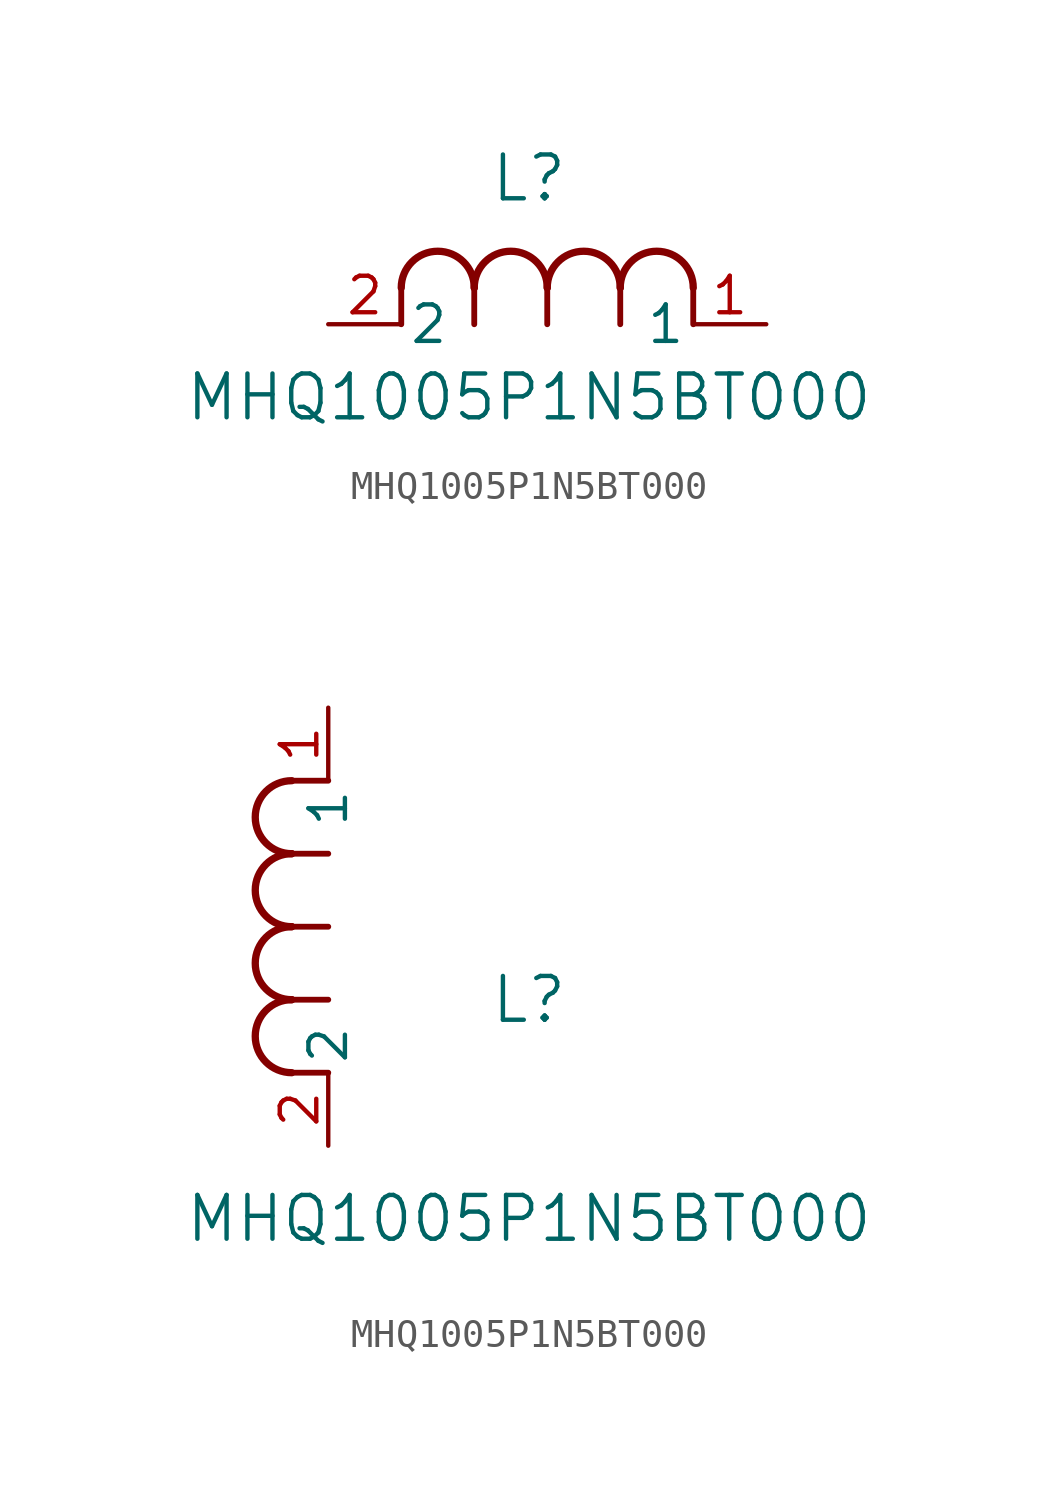
<source format=kicad_sym>
(kicad_symbol_lib
  (version 20211014)
  (generator kicad_symbol_editor)
  (symbol "MHQ1005P1N5BT000"
    (pin_names
      (offset 0.254))
    (property "Reference" "L"
      (at 6.985 5.08 0)
      (effects (font (size 1.524 1.524))))
    (property "Value" "MHQ1005P1N5BT000"
      (at 6.985 -2.54 0)
      (effects (font (size 1.524 1.524))))
    (symbol "MHQ1005P1N5BT000_1_1"
      (arc (start 7.62 1.27) (mid 6.35 2.54) (end 5.08 1.27) (stroke (width 0.254) (type default) (color 0 0 0 0)) (fill (type none)))
      (polyline (pts (xy 5.08 0) (xy 5.08 1.27)) (stroke (width 0.203) (type default) (color 0 0 0 0)) (fill (type none)))
      (polyline (pts (xy 7.62 0) (xy 7.62 1.27)) (stroke (width 0.203) (type default) (color 0 0 0 0)) (fill (type none)))
      (polyline (pts (xy 12.7 0) (xy 12.7 1.27)) (stroke (width 0.203) (type default) (color 0 0 0 0)) (fill (type none)))
      (arc (start 5.08 1.27) (mid 3.81 2.54) (end 2.54 1.27) (stroke (width 0.254) (type default) (color 0 0 0 0)) (fill (type none)))
      (arc (start 10.16 1.27) (mid 8.89 2.54) (end 7.62 1.27) (stroke (width 0.254) (type default) (color 0 0 0 0)) (fill (type none)))
      (arc (start 12.7 1.27) (mid 11.43 2.54) (end 10.16 1.27) (stroke (width 0.254) (type default) (color 0 0 0 0)) (fill (type none)))
      (polyline (pts (xy 2.54 0) (xy 2.54 1.27)) (stroke (width 0.203) (type default) (color 0 0 0 0)) (fill (type none)))
      (polyline (pts (xy 10.16 0) (xy 10.16 1.27)) (stroke (width 0.203) (type default) (color 0 0 0 0)) (fill (type none)))
      (pin unspecified line (at 0 0 0) (length 2.54) (name "2" (effects (font (size 1.27 1.27)))) (number "2" (effects (font (size 1.27 1.27)))))
      (pin unspecified line (at 15.24 0 180) (length 2.54) (name "1" (effects (font (size 1.27 1.27)))) (number "1" (effects (font (size 1.27 1.27))))))
    (symbol "MHQ1005P1N5BT000_1_2"
      (arc (start -1.27 7.62) (mid -2.54 6.35) (end -1.27 5.08) (stroke (width 0.254) (type default) (color 0 0 0 0)) (fill (type none)))
      (arc (start -1.27 5.08) (mid -2.54 3.81) (end -1.27 2.54) (stroke (width 0.254) (type default) (color 0 0 0 0)) (fill (type none)))
      (arc (start -1.27 12.7) (mid -2.54 11.43) (end -1.27 10.16) (stroke (width 0.254) (type default) (color 0 0 0 0)) (fill (type none)))
      (arc (start -1.27 10.16) (mid -2.54 8.89) (end -1.27 7.62) (stroke (width 0.254) (type default) (color 0 0 0 0)) (fill (type none)))
      (polyline (pts (xy 0 7.62) (xy -1.27 7.62)) (stroke (width 0.203) (type default) (color 0 0 0 0)) (fill (type none)))
      (polyline (pts (xy 0 5.08) (xy -1.27 5.08)) (stroke (width 0.203) (type default) (color 0 0 0 0)) (fill (type none)))
      (polyline (pts (xy 0 12.7) (xy -1.27 12.7)) (stroke (width 0.203) (type default) (color 0 0 0 0)) (fill (type none)))
      (polyline (pts (xy 0 2.54) (xy -1.27 2.54)) (stroke (width 0.203) (type default) (color 0 0 0 0)) (fill (type none)))
      (polyline (pts (xy 0 10.16) (xy -1.27 10.16)) (stroke (width 0.203) (type default) (color 0 0 0 0)) (fill (type none)))
      (pin unspecified line (at 0 0 90) (length 2.54) (name "2" (effects (font (size 1.27 1.27)))) (number "2" (effects (font (size 1.27 1.27)))))
      (pin unspecified line (at 0 15.24 270) (length 2.54) (name "1" (effects (font (size 1.27 1.27)))) (number "1" (effects (font (size 1.27 1.27))))))))
</source>
